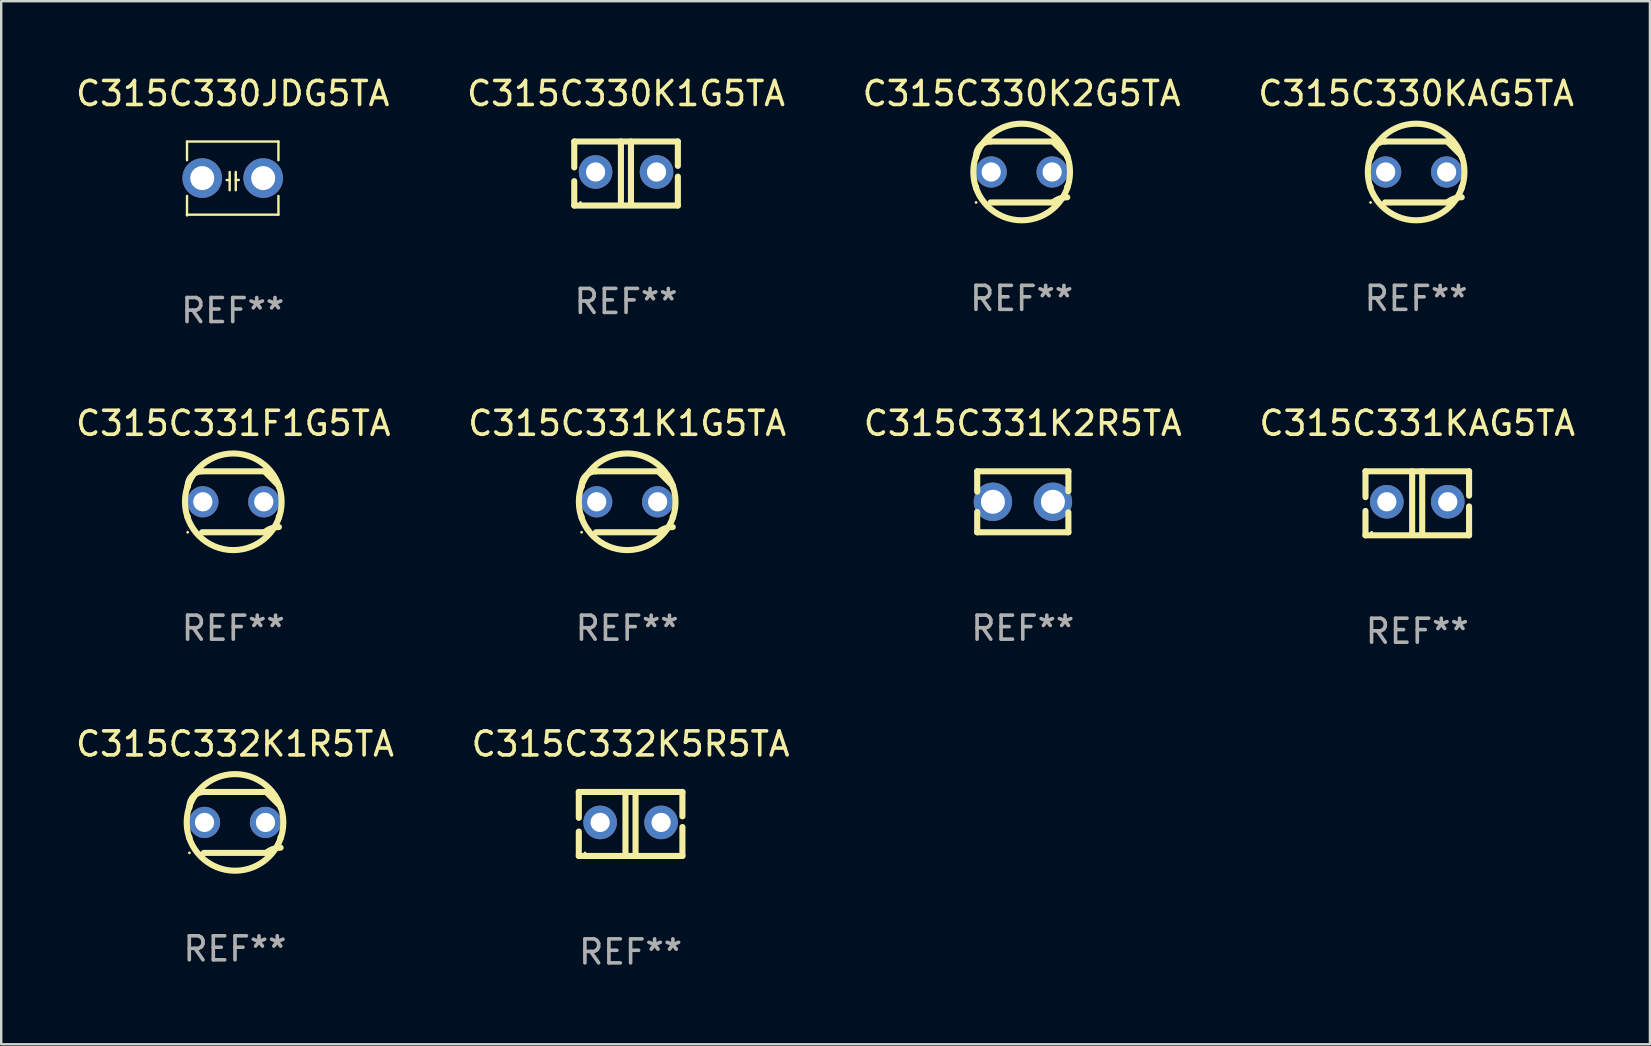
<source format=kicad_pcb>
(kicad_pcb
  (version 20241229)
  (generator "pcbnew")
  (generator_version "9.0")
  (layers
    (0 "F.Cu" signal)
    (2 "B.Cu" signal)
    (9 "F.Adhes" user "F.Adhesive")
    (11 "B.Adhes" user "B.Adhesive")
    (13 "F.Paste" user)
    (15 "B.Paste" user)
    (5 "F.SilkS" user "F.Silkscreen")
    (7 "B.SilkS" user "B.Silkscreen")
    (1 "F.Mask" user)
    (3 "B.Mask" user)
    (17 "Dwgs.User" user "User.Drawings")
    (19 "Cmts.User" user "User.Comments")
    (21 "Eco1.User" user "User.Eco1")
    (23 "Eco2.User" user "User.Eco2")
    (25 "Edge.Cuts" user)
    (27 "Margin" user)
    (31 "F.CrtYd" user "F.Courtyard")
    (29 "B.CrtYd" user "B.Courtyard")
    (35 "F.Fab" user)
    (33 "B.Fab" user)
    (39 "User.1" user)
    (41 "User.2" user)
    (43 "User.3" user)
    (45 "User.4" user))
  (footprint "C315C331K1G5TA"
    (layer "F.Cu")
    (at 23.089 17.863)
    (property "Reference" "C315C331K1G5TA" (at 0 -3.27 0) (layer "F.SilkS") (effects (font (size 1 1) (thickness 0.15))))
    (attr through_hole)
    (fp_line (start -1.9 -0.615) (end -1.9 -0.668) (stroke (width 0.254) (type solid)) (layer "F.SilkS"))
    (fp_line (start -1.9 0.668) (end -1.9 0.615) (stroke (width 0.254) (type solid)) (layer "F.SilkS"))
    (fp_line (start -1.298 1.27) (end 1.298 1.27) (stroke (width 0.254) (type solid)) (layer "F.SilkS"))
    (fp_line (start -1.298 -1.27) (end 1.298 -1.27) (stroke (width 0.254) (type solid)) (layer "F.SilkS"))
    (fp_line (start 1.9 -0.668) (end 1.9 -0.615) (stroke (width 0.254) (type solid)) (layer "F.SilkS"))
    (fp_line (start 1.9 0.615) (end 1.9 0.668) (stroke (width 0.254) (type solid)) (layer "F.SilkS"))
    (fp_arc (start -1.900025 0.667602) (mid 1.900003 -0.66758) (end -1.900025 0.667602) (stroke (width 0.254001) (type solid)) (layer "F.SilkS"))
    (fp_arc (start -1.9 -0.667602) (mid -1.723557 -1.093572) (end -1.297587 -1.270015) (stroke (width 0.254001) (type solid)) (layer "F.SilkS"))
    (fp_arc (start 1.297587 1.26999) (mid 1.579878 1.109027) (end 1.9 1.053172) (stroke (width 0.254001) (type solid)) (layer "F.SilkS"))
    (fp_arc (start 1.297611 -1.270042) (mid 1.598991 -0.969008) (end 1.900025 -0.667628) (stroke (width 0.254001) (type solid)) (layer "F.SilkS"))
    (fp_circle (center -1.9 1.27) (end -1.87 1.27) (stroke (width 0.06) (type solid)) (fill no) (layer "F.SilkS"))
    (fp_text user "REF**" (at 0 5.27 0) (layer "F.Fab") (effects (font (size 1 1) (thickness 0.15))))
    (pad "1" thru_hole circle (at -1.27 -0.000013) (size 1.3 1.3) (drill 0.8) (layers "*.Cu" "*.Mask"))
    (pad "2" thru_hole circle (at 1.27 -0.000013) (size 1.3 1.3) (drill 0.8) (layers "*.Cu" "*.Mask")))
  (footprint "C315C330KAG5TA"
    (layer "F.Cu")
    (at 55.97 4.118)
    (property "Reference" "C315C330KAG5TA" (at 0 -3.27 0) (layer "F.SilkS") (effects (font (size 1 1) (thickness 0.15))))
    (attr through_hole)
    (fp_line (start -1.9 -0.615) (end -1.9 -0.668) (stroke (width 0.254) (type solid)) (layer "F.SilkS"))
    (fp_line (start -1.9 0.668) (end -1.9 0.615) (stroke (width 0.254) (type solid)) (layer "F.SilkS"))
    (fp_line (start -1.298 1.27) (end 1.298 1.27) (stroke (width 0.254) (type solid)) (layer "F.SilkS"))
    (fp_line (start -1.298 -1.27) (end 1.298 -1.27) (stroke (width 0.254) (type solid)) (layer "F.SilkS"))
    (fp_line (start 1.9 -0.668) (end 1.9 -0.615) (stroke (width 0.254) (type solid)) (layer "F.SilkS"))
    (fp_line (start 1.9 0.615) (end 1.9 0.668) (stroke (width 0.254) (type solid)) (layer "F.SilkS"))
    (fp_arc (start -1.900025 0.667602) (mid 1.900003 -0.66758) (end -1.900025 0.667602) (stroke (width 0.254001) (type solid)) (layer "F.SilkS"))
    (fp_arc (start -1.9 -0.667602) (mid -1.723557 -1.093572) (end -1.297587 -1.270015) (stroke (width 0.254001) (type solid)) (layer "F.SilkS"))
    (fp_arc (start 1.297587 1.26999) (mid 1.579878 1.109027) (end 1.9 1.053172) (stroke (width 0.254001) (type solid)) (layer "F.SilkS"))
    (fp_arc (start 1.297611 -1.270042) (mid 1.598991 -0.969008) (end 1.900025 -0.667628) (stroke (width 0.254001) (type solid)) (layer "F.SilkS"))
    (fp_circle (center -1.9 1.27) (end -1.87 1.27) (stroke (width 0.06) (type solid)) (fill no) (layer "F.SilkS"))
    (fp_text user "REF**" (at 0 5.27 0) (layer "F.Fab") (effects (font (size 1 1) (thickness 0.15))))
    (pad "1" thru_hole circle (at -1.27 -0.000013) (size 1.3 1.3) (drill 0.8) (layers "*.Cu" "*.Mask"))
    (pad "2" thru_hole circle (at 1.27 -0.000013) (size 1.3 1.3) (drill 0.8) (layers "*.Cu" "*.Mask")))
  (footprint "C315C331K2R5TA"
    (layer "F.Cu")
    (at 39.577 17.863)
    (property "Reference" "C315C331K2R5TA" (at 0 -3.27 0) (layer "F.SilkS") (effects (font (size 1 1) (thickness 0.15))))
    (attr through_hole)
    (fp_line (start -1.9 -1.27) (end -1.9 -0.423) (stroke (width 0.254) (type solid)) (layer "F.SilkS"))
    (fp_line (start -1.9 -1.27) (end 1.9 -1.27) (stroke (width 0.254) (type solid)) (layer "F.SilkS"))
    (fp_line (start -1.9 0.423) (end -1.9 1.27) (stroke (width 0.254) (type solid)) (layer "F.SilkS"))
    (fp_line (start -1.9 1.27) (end 1.9 1.27) (stroke (width 0.254) (type solid)) (layer "F.SilkS"))
    (fp_line (start 1.9 -1.27) (end 1.9 -0.439) (stroke (width 0.254) (type solid)) (layer "F.SilkS"))
    (fp_line (start 1.9 0.439) (end 1.9 1.27) (stroke (width 0.254) (type solid)) (layer "F.SilkS"))
    (fp_circle (center -1.895 1.25) (end -1.865 1.25) (stroke (width 0.06) (type solid)) (fill no) (layer "F.SilkS"))
    (fp_text user "REF**" (at 0 5.27 0) (layer "F.Fab") (effects (font (size 1 1) (thickness 0.15))))
    (pad "1" thru_hole circle (at -1.245 0) (size 1.6 1.6) (drill 1) (layers "*.Cu" "*.Mask"))
    (pad "2" thru_hole circle (at 1.255 0) (size 1.6 1.6) (drill 1) (layers "*.Cu" "*.Mask")))
  (footprint "C315C332K5R5TA"
    (layer "F.Cu")
    (at 23.232 31.29)
    (property "Reference" "C315C332K5R5TA" (at 0 -3.334 0) (layer "F.SilkS") (effects (font (size 1 1) (thickness 0.15))))
    (attr through_hole)
    (fp_line (start -2.159 -1.334) (end 2.159 -1.334) (stroke (width 0.254) (type solid)) (layer "F.SilkS"))
    (fp_line (start -2.159 -0.256) (end -2.159 -1.334) (stroke (width 0.254) (type solid)) (layer "F.SilkS"))
    (fp_line (start -2.159 1.334) (end -2.159 0.318) (stroke (width 0.254) (type solid)) (layer "F.SilkS"))
    (fp_line (start -0.214 -1.334) (end -0.214 1.207) (stroke (width 0.254) (type solid)) (layer "F.SilkS"))
    (fp_line (start 0.205 -1.334) (end 0.205 1.207) (stroke (width 0.254) (type solid)) (layer "F.SilkS"))
    (fp_line (start 2.159 -1.334) (end 2.159 -0.318) (stroke (width 0.254) (type solid)) (layer "F.SilkS"))
    (fp_line (start 2.159 0.129) (end 2.159 1.334) (stroke (width 0.254) (type solid)) (layer "F.SilkS"))
    (fp_line (start 2.159 1.334) (end -2.159 1.334) (stroke (width 0.254) (type solid)) (layer "F.SilkS"))
    (fp_circle (center -1.9 1.207) (end -1.87 1.207) (stroke (width 0.06) (type solid)) (fill no) (layer "F.SilkS"))
    (fp_text user "REF**" (at 0 5.334 0) (layer "F.Fab") (effects (font (size 1 1) (thickness 0.15))))
    (pad "1" thru_hole circle (at -1.27 -0.064) (size 1.4 1.4) (drill 0.8) (layers "*.Cu" "*.Mask"))
    (pad "2" thru_hole circle (at 1.27 -0.064) (size 1.4 1.4) (drill 0.8) (layers "*.Cu" "*.Mask")))
  (footprint "C315C331F1G5TA"
    (layer "F.Cu")
    (at 6.673 17.863)
    (property "Reference" "C315C331F1G5TA" (at 0 -3.27 0) (layer "F.SilkS") (effects (font (size 1 1) (thickness 0.15))))
    (attr through_hole)
    (fp_line (start -1.9 -0.615) (end -1.9 -0.668) (stroke (width 0.254) (type solid)) (layer "F.SilkS"))
    (fp_line (start -1.9 0.668) (end -1.9 0.615) (stroke (width 0.254) (type solid)) (layer "F.SilkS"))
    (fp_line (start -1.298 1.27) (end 1.298 1.27) (stroke (width 0.254) (type solid)) (layer "F.SilkS"))
    (fp_line (start -1.298 -1.27) (end 1.298 -1.27) (stroke (width 0.254) (type solid)) (layer "F.SilkS"))
    (fp_line (start 1.9 -0.668) (end 1.9 -0.615) (stroke (width 0.254) (type solid)) (layer "F.SilkS"))
    (fp_line (start 1.9 0.615) (end 1.9 0.668) (stroke (width 0.254) (type solid)) (layer "F.SilkS"))
    (fp_arc (start -1.900025 0.667602) (mid 1.900003 -0.66758) (end -1.900025 0.667602) (stroke (width 0.254001) (type solid)) (layer "F.SilkS"))
    (fp_arc (start -1.9 -0.667602) (mid -1.723557 -1.093572) (end -1.297587 -1.270015) (stroke (width 0.254001) (type solid)) (layer "F.SilkS"))
    (fp_arc (start 1.297587 1.26999) (mid 1.579878 1.109027) (end 1.9 1.053172) (stroke (width 0.254001) (type solid)) (layer "F.SilkS"))
    (fp_arc (start 1.297611 -1.270042) (mid 1.598991 -0.969008) (end 1.900025 -0.667628) (stroke (width 0.254001) (type solid)) (layer "F.SilkS"))
    (fp_circle (center -1.9 1.27) (end -1.87 1.27) (stroke (width 0.06) (type solid)) (fill no) (layer "F.SilkS"))
    (fp_text user "REF**" (at 0 5.27 0) (layer "F.Fab") (effects (font (size 1 1) (thickness 0.15))))
    (pad "1" thru_hole circle (at -1.27 -0.000013) (size 1.3 1.3) (drill 0.8) (layers "*.Cu" "*.Mask"))
    (pad "2" thru_hole circle (at 1.27 -0.000013) (size 1.3 1.3) (drill 0.8) (layers "*.Cu" "*.Mask")))
  (footprint "C315C332K1R5TA"
    (layer "F.Cu")
    (at 6.744 31.226)
    (property "Reference" "C315C332K1R5TA" (at 0 -3.27 0) (layer "F.SilkS") (effects (font (size 1 1) (thickness 0.15))))
    (attr through_hole)
    (fp_line (start -1.9 -0.615) (end -1.9 -0.668) (stroke (width 0.254) (type solid)) (layer "F.SilkS"))
    (fp_line (start -1.9 0.668) (end -1.9 0.615) (stroke (width 0.254) (type solid)) (layer "F.SilkS"))
    (fp_line (start -1.298 1.27) (end 1.298 1.27) (stroke (width 0.254) (type solid)) (layer "F.SilkS"))
    (fp_line (start -1.298 -1.27) (end 1.298 -1.27) (stroke (width 0.254) (type solid)) (layer "F.SilkS"))
    (fp_line (start 1.9 -0.668) (end 1.9 -0.615) (stroke (width 0.254) (type solid)) (layer "F.SilkS"))
    (fp_line (start 1.9 0.615) (end 1.9 0.668) (stroke (width 0.254) (type solid)) (layer "F.SilkS"))
    (fp_arc (start -1.900025 0.667602) (mid 1.900003 -0.66758) (end -1.900025 0.667602) (stroke (width 0.254001) (type solid)) (layer "F.SilkS"))
    (fp_arc (start -1.9 -0.667602) (mid -1.723557 -1.093572) (end -1.297587 -1.270015) (stroke (width 0.254001) (type solid)) (layer "F.SilkS"))
    (fp_arc (start 1.297587 1.26999) (mid 1.579878 1.109027) (end 1.9 1.053172) (stroke (width 0.254001) (type solid)) (layer "F.SilkS"))
    (fp_arc (start 1.297611 -1.270042) (mid 1.598991 -0.969008) (end 1.900025 -0.667628) (stroke (width 0.254001) (type solid)) (layer "F.SilkS"))
    (fp_circle (center -1.9 1.27) (end -1.87 1.27) (stroke (width 0.06) (type solid)) (fill no) (layer "F.SilkS"))
    (fp_text user "REF**" (at 0 5.27 0) (layer "F.Fab") (effects (font (size 1 1) (thickness 0.15))))
    (pad "1" thru_hole circle (at -1.27 -0.000013) (size 1.3 1.3) (drill 0.8) (layers "*.Cu" "*.Mask"))
    (pad "2" thru_hole circle (at 1.27 -0.000013) (size 1.3 1.3) (drill 0.8) (layers "*.Cu" "*.Mask")))
  (footprint "C315C331KAG5TA"
    (layer "F.Cu")
    (at 56.018 17.926)
    (property "Reference" "C315C331KAG5TA" (at 0 -3.334 0) (layer "F.SilkS") (effects (font (size 1 1) (thickness 0.15))))
    (attr through_hole)
    (fp_line (start -2.159 -1.334) (end 2.159 -1.334) (stroke (width 0.254) (type solid)) (layer "F.SilkS"))
    (fp_line (start -2.159 -0.256) (end -2.159 -1.334) (stroke (width 0.254) (type solid)) (layer "F.SilkS"))
    (fp_line (start -2.159 1.334) (end -2.159 0.318) (stroke (width 0.254) (type solid)) (layer "F.SilkS"))
    (fp_line (start -0.214 -1.334) (end -0.214 1.207) (stroke (width 0.254) (type solid)) (layer "F.SilkS"))
    (fp_line (start 0.205 -1.334) (end 0.205 1.207) (stroke (width 0.254) (type solid)) (layer "F.SilkS"))
    (fp_line (start 2.159 -1.334) (end 2.159 -0.318) (stroke (width 0.254) (type solid)) (layer "F.SilkS"))
    (fp_line (start 2.159 0.129) (end 2.159 1.334) (stroke (width 0.254) (type solid)) (layer "F.SilkS"))
    (fp_line (start 2.159 1.334) (end -2.159 1.334) (stroke (width 0.254) (type solid)) (layer "F.SilkS"))
    (fp_circle (center -1.9 1.207) (end -1.87 1.207) (stroke (width 0.06) (type solid)) (fill no) (layer "F.SilkS"))
    (fp_text user "REF**" (at 0 5.334 0) (layer "F.Fab") (effects (font (size 1 1) (thickness 0.15))))
    (pad "1" thru_hole circle (at -1.27 -0.064) (size 1.4 1.4) (drill 0.8) (layers "*.Cu" "*.Mask"))
    (pad "2" thru_hole circle (at 1.27 -0.064) (size 1.4 1.4) (drill 0.8) (layers "*.Cu" "*.Mask")))
  (footprint "C315C330K2G5TA"
    (layer "F.Cu")
    (at 39.53 4.118)
    (property "Reference" "C315C330K2G5TA" (at 0 -3.27 0) (layer "F.SilkS") (effects (font (size 1 1) (thickness 0.15))))
    (attr through_hole)
    (fp_line (start -1.9 -0.615) (end -1.9 -0.668) (stroke (width 0.254) (type solid)) (layer "F.SilkS"))
    (fp_line (start -1.9 0.668) (end -1.9 0.615) (stroke (width 0.254) (type solid)) (layer "F.SilkS"))
    (fp_line (start -1.298 1.27) (end 1.298 1.27) (stroke (width 0.254) (type solid)) (layer "F.SilkS"))
    (fp_line (start -1.298 -1.27) (end 1.298 -1.27) (stroke (width 0.254) (type solid)) (layer "F.SilkS"))
    (fp_line (start 1.9 -0.668) (end 1.9 -0.615) (stroke (width 0.254) (type solid)) (layer "F.SilkS"))
    (fp_line (start 1.9 0.615) (end 1.9 0.668) (stroke (width 0.254) (type solid)) (layer "F.SilkS"))
    (fp_arc (start -1.900025 0.667602) (mid 1.900003 -0.66758) (end -1.900025 0.667602) (stroke (width 0.254001) (type solid)) (layer "F.SilkS"))
    (fp_arc (start -1.9 -0.667602) (mid -1.723557 -1.093572) (end -1.297587 -1.270015) (stroke (width 0.254001) (type solid)) (layer "F.SilkS"))
    (fp_arc (start 1.297587 1.26999) (mid 1.579878 1.109027) (end 1.9 1.053172) (stroke (width 0.254001) (type solid)) (layer "F.SilkS"))
    (fp_arc (start 1.297611 -1.270042) (mid 1.598991 -0.969008) (end 1.900025 -0.667628) (stroke (width 0.254001) (type solid)) (layer "F.SilkS"))
    (fp_circle (center -1.9 1.27) (end -1.87 1.27) (stroke (width 0.06) (type solid)) (fill no) (layer "F.SilkS"))
    (fp_text user "REF**" (at 0 5.27 0) (layer "F.Fab") (effects (font (size 1 1) (thickness 0.15))))
    (pad "1" thru_hole circle (at -1.27 -0.000013) (size 1.3 1.3) (drill 0.8) (layers "*.Cu" "*.Mask"))
    (pad "2" thru_hole circle (at 1.27 -0.000013) (size 1.3 1.3) (drill 0.8) (layers "*.Cu" "*.Mask")))
  (footprint "C315C330K1G5TA"
    (layer "F.Cu")
    (at 23.042 4.182)
    (property "Reference" "C315C330K1G5TA" (at 0 -3.334 0) (layer "F.SilkS") (effects (font (size 1 1) (thickness 0.15))))
    (attr through_hole)
    (fp_line (start -2.159 -1.334) (end 2.159 -1.334) (stroke (width 0.254) (type solid)) (layer "F.SilkS"))
    (fp_line (start -2.159 -0.256) (end -2.159 -1.334) (stroke (width 0.254) (type solid)) (layer "F.SilkS"))
    (fp_line (start -2.159 1.334) (end -2.159 0.318) (stroke (width 0.254) (type solid)) (layer "F.SilkS"))
    (fp_line (start -0.214 -1.334) (end -0.214 1.207) (stroke (width 0.254) (type solid)) (layer "F.SilkS"))
    (fp_line (start 0.205 -1.334) (end 0.205 1.207) (stroke (width 0.254) (type solid)) (layer "F.SilkS"))
    (fp_line (start 2.159 -1.334) (end 2.159 -0.318) (stroke (width 0.254) (type solid)) (layer "F.SilkS"))
    (fp_line (start 2.159 0.129) (end 2.159 1.334) (stroke (width 0.254) (type solid)) (layer "F.SilkS"))
    (fp_line (start 2.159 1.334) (end -2.159 1.334) (stroke (width 0.254) (type solid)) (layer "F.SilkS"))
    (fp_circle (center -1.9 1.207) (end -1.87 1.207) (stroke (width 0.06) (type solid)) (fill no) (layer "F.SilkS"))
    (fp_text user "REF**" (at 0 5.334 0) (layer "F.Fab") (effects (font (size 1 1) (thickness 0.15))))
    (pad "1" thru_hole circle (at -1.27 -0.064) (size 1.4 1.4) (drill 0.8) (layers "*.Cu" "*.Mask"))
    (pad "2" thru_hole circle (at 1.27 -0.064) (size 1.4 1.4) (drill 0.8) (layers "*.Cu" "*.Mask")))
  (footprint "C315C330JDG5TA"
    (layer "F.Cu")
    (at 6.649 4.372)
    (property "Reference" "C315C330JDG5TA" (at 0 -3.524 0) (layer "F.SilkS") (effects (font (size 1 1) (thickness 0.15))))
    (attr through_hole)
    (fp_line (start -1.905 -1.524) (end -1.905 -0.745) (stroke (width 0.1) (type solid)) (layer "F.SilkS"))
    (fp_line (start -1.905 0.745) (end -1.905 1.524) (stroke (width 0.1) (type solid)) (layer "F.SilkS"))
    (fp_line (start -1.905 1.524) (end 1.905 1.524) (stroke (width 0.1) (type solid)) (layer "F.SilkS"))
    (fp_line (start -0.127 -0.254) (end -0.127 0.508) (stroke (width 0.1) (type solid)) (layer "F.SilkS"))
    (fp_line (start -0.127 0.082) (end -0.254 0.082) (stroke (width 0.1) (type solid)) (layer "F.SilkS"))
    (fp_line (start 0.127 -0.127) (end 0.127 -0.254) (stroke (width 0.1) (type solid)) (layer "F.SilkS"))
    (fp_line (start 0.127 -0.127) (end 0.127 0.508) (stroke (width 0.1) (type solid)) (layer "F.SilkS"))
    (fp_line (start 0.127 0.077) (end 0.254 0.077) (stroke (width 0.1) (type solid)) (layer "F.SilkS"))
    (fp_line (start 1.905 -1.524) (end -1.905 -1.524) (stroke (width 0.1) (type solid)) (layer "F.SilkS"))
    (fp_line (start 1.905 -0.745) (end 1.905 -1.524) (stroke (width 0.1) (type solid)) (layer "F.SilkS"))
    (fp_line (start 1.905 1.524) (end 1.905 0.745) (stroke (width 0.1) (type solid)) (layer "F.SilkS"))
    (fp_circle (center -1.9 1.55) (end -1.87 1.55) (stroke (width 0.06) (type solid)) (fill no) (layer "F.SilkS"))
    (fp_text user "REF**" (at 0 5.524 0) (layer "F.Fab") (effects (font (size 1 1) (thickness 0.15))))
    (pad "1" thru_hole circle (at -1.27 0) (size 1.65 1.65) (drill 1) (layers "*.Cu" "*.Mask"))
    (pad "2" thru_hole circle (at 1.27 0) (size 1.65 1.65) (drill 1) (layers "*.Cu" "*.Mask")))
  (gr_rect
    (start -3 -3)
    (end 65.714 40.472)
    (stroke (width 0.1) (type default))
    (fill no)
    (layer "Edge.Cuts")))
</source>
